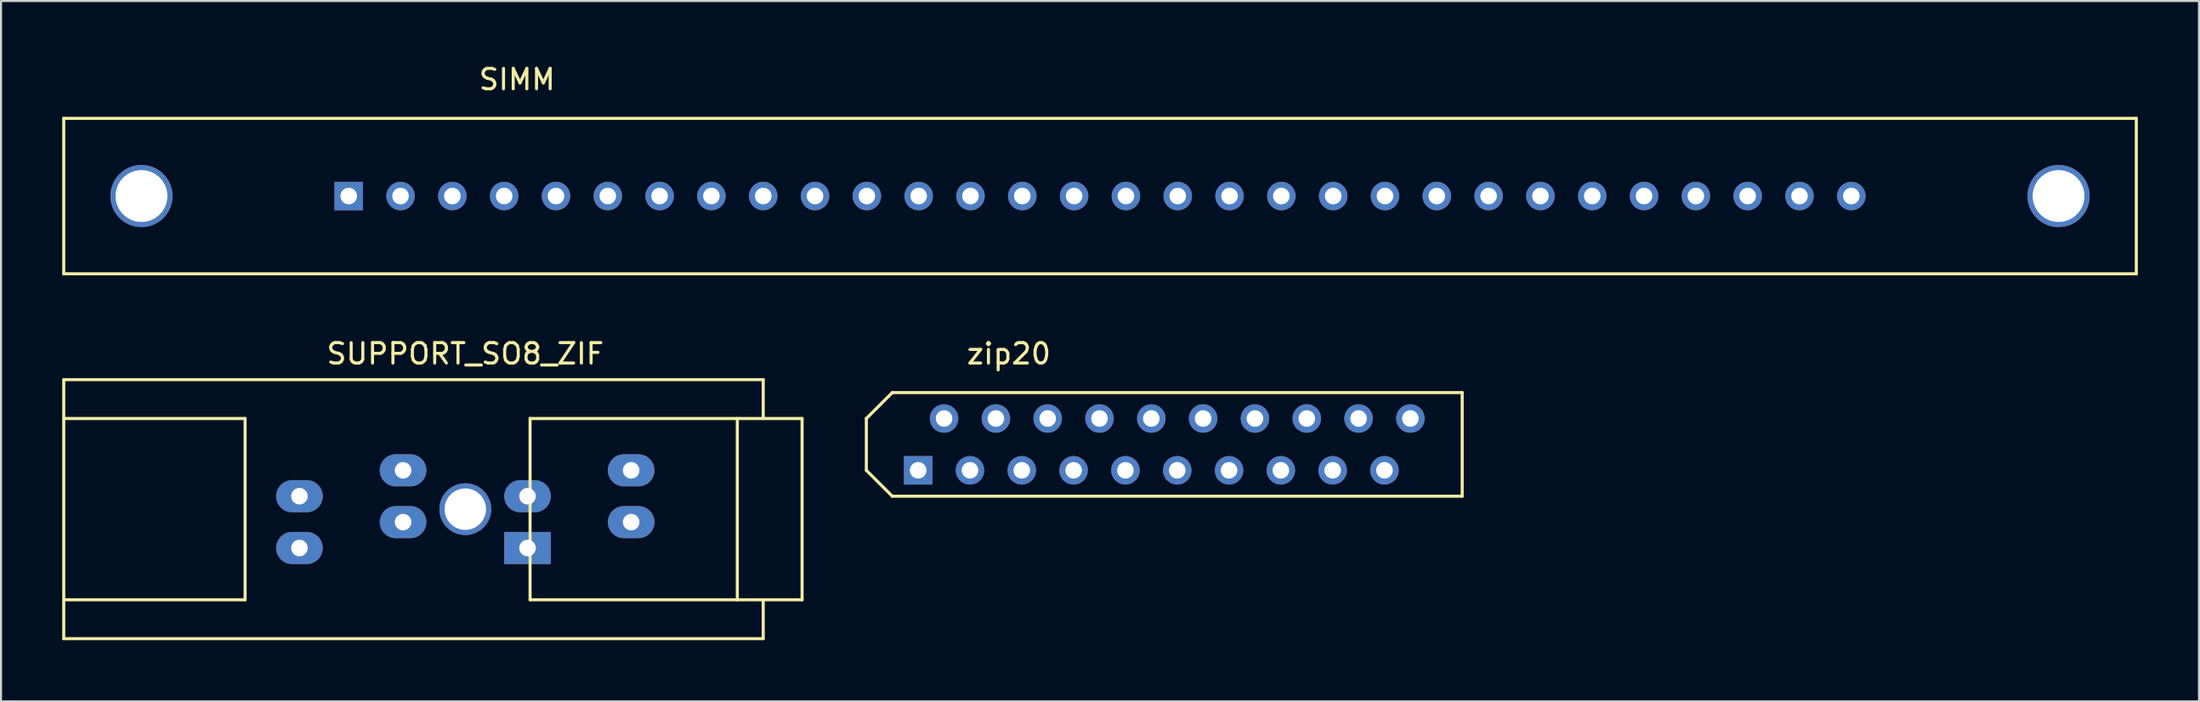
<source format=kicad_pcb>
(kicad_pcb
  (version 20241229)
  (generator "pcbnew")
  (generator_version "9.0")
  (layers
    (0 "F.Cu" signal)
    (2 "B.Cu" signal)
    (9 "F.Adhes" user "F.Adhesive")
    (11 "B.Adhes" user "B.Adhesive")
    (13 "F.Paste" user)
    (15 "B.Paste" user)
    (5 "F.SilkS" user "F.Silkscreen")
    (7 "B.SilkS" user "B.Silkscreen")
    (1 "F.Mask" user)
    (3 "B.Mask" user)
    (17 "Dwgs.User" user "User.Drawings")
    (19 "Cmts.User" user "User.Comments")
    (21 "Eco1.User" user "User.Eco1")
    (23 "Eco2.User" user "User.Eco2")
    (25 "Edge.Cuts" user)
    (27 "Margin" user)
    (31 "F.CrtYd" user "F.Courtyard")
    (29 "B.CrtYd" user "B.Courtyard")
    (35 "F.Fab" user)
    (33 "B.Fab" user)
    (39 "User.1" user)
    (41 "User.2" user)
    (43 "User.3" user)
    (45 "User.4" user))
  (footprint "zip20"
    (layer "F.Cu")
    (at 55.93 18.741)
    (property "Reference" "zip20" (at -9.525 -4.445 0) (layer "F.SilkS") (effects (font (size 1 1) (thickness 0.15))))
    (attr through_hole)
    (fp_line (start -16.51 -1.27) (end -15.24 -2.54) (stroke (width 0.15) (type solid)) (layer "F.SilkS"))
    (fp_line (start -16.51 1.27) (end -16.51 -1.27) (stroke (width 0.15) (type solid)) (layer "F.SilkS"))
    (fp_line (start -15.24 -2.54) (end 12.7 -2.54) (stroke (width 0.15) (type solid)) (layer "F.SilkS"))
    (fp_line (start -15.24 2.54) (end -16.51 1.27) (stroke (width 0.15) (type solid)) (layer "F.SilkS"))
    (fp_line (start 12.7 -2.54) (end 12.7 2.54) (stroke (width 0.15) (type solid)) (layer "F.SilkS"))
    (fp_line (start 12.7 2.54) (end -15.24 2.54) (stroke (width 0.15) (type solid)) (layer "F.SilkS"))
    (pad "1" thru_hole rect (at -13.97 1.27) (size 1.397 1.397) (drill 0.813) (layers "*.Cu" "*.Mask"))
    (pad "2" thru_hole circle (at -12.7 -1.27) (size 1.397 1.397) (drill 0.813) (layers "*.Cu" "*.Mask"))
    (pad "3" thru_hole circle (at -11.43 1.27) (size 1.397 1.397) (drill 0.813) (layers "*.Cu" "*.Mask"))
    (pad "4" thru_hole circle (at -10.16 -1.27) (size 1.397 1.397) (drill 0.813) (layers "*.Cu" "*.Mask"))
    (pad "5" thru_hole circle (at -8.89 1.27) (size 1.397 1.397) (drill 0.813) (layers "*.Cu" "*.Mask"))
    (pad "6" thru_hole circle (at -7.62 -1.27) (size 1.397 1.397) (drill 0.813) (layers "*.Cu" "*.Mask"))
    (pad "7" thru_hole circle (at -6.35 1.27) (size 1.397 1.397) (drill 0.813) (layers "*.Cu" "*.Mask"))
    (pad "8" thru_hole circle (at -5.08 -1.27) (size 1.397 1.397) (drill 0.813) (layers "*.Cu" "*.Mask"))
    (pad "9" thru_hole circle (at -3.81 1.27) (size 1.397 1.397) (drill 0.813) (layers "*.Cu" "*.Mask"))
    (pad "10" thru_hole circle (at -2.54 -1.27) (size 1.397 1.397) (drill 0.813) (layers "*.Cu" "*.Mask"))
    (pad "11" thru_hole circle (at -1.27 1.27) (size 1.397 1.397) (drill 0.813) (layers "*.Cu" "*.Mask"))
    (pad "12" thru_hole circle (at 0 -1.27) (size 1.397 1.397) (drill 0.813) (layers "*.Cu" "*.Mask"))
    (pad "13" thru_hole circle (at 1.27 1.27) (size 1.397 1.397) (drill 0.813) (layers "*.Cu" "*.Mask"))
    (pad "14" thru_hole circle (at 2.54 -1.27) (size 1.397 1.397) (drill 0.813) (layers "*.Cu" "*.Mask"))
    (pad "15" thru_hole circle (at 3.81 1.27) (size 1.397 1.397) (drill 0.813) (layers "*.Cu" "*.Mask"))
    (pad "16" thru_hole circle (at 5.08 -1.27) (size 1.397 1.397) (drill 0.813) (layers "*.Cu" "*.Mask"))
    (pad "17" thru_hole circle (at 6.35 1.27) (size 1.397 1.397) (drill 0.813) (layers "*.Cu" "*.Mask"))
    (pad "18" thru_hole circle (at 7.62 -1.27) (size 1.397 1.397) (drill 0.813) (layers "*.Cu" "*.Mask"))
    (pad "19" thru_hole circle (at 8.89 1.27) (size 1.397 1.397) (drill 0.813) (layers "*.Cu" "*.Mask"))
    (pad "20" thru_hole circle (at 10.16 -1.27) (size 1.397 1.397) (drill 0.813) (layers "*.Cu" "*.Mask")))
  (footprint "SUPPORT_SO8_ZIF"
    (layer "F.Cu")
    (at 19.76 21.916)
    (property "Reference" "SUPPORT_SO8_ZIF" (at 0 -7.62 0) (layer "F.SilkS") (effects (font (size 1 1) (thickness 0.15))))
    (attr through_hole)
    (fp_line (start -19.685 -6.35) (end -19.685 6.35) (stroke (width 0.15) (type solid)) (layer "F.SilkS"))
    (fp_line (start -19.685 -6.35) (end 14.605 -6.35) (stroke (width 0.15) (type solid)) (layer "F.SilkS"))
    (fp_line (start -19.685 4.445) (end -10.795 4.445) (stroke (width 0.15) (type solid)) (layer "F.SilkS"))
    (fp_line (start -10.795 -4.445) (end -19.685 -4.445) (stroke (width 0.15) (type solid)) (layer "F.SilkS"))
    (fp_line (start -10.795 4.445) (end -10.795 -4.445) (stroke (width 0.15) (type solid)) (layer "F.SilkS"))
    (fp_line (start 3.175 -4.445) (end 3.175 4.445) (stroke (width 0.15) (type solid)) (layer "F.SilkS"))
    (fp_line (start 3.175 4.445) (end 16.51 4.445) (stroke (width 0.15) (type solid)) (layer "F.SilkS"))
    (fp_line (start 13.335 4.445) (end 13.335 -4.445) (stroke (width 0.15) (type solid)) (layer "F.SilkS"))
    (fp_line (start 14.605 -6.35) (end 14.605 -4.445) (stroke (width 0.15) (type solid)) (layer "F.SilkS"))
    (fp_line (start 14.605 6.35) (end -19.685 6.35) (stroke (width 0.15) (type solid)) (layer "F.SilkS"))
    (fp_line (start 14.605 6.35) (end 14.605 4.445) (stroke (width 0.15) (type solid)) (layer "F.SilkS"))
    (fp_line (start 16.51 -4.445) (end 3.175 -4.445) (stroke (width 0.15) (type solid)) (layer "F.SilkS"))
    (fp_line (start 16.51 4.445) (end 16.51 -4.445) (stroke (width 0.15) (type solid)) (layer "F.SilkS"))
    (pad "" thru_hole circle (at 0 0) (size 2.54 2.54) (drill 2.032) (layers "*.Cu"))
    (pad "1" thru_hole oval (at -3.051 -1.905) (size 2.286 1.575) (drill 0.813) (layers "*.Cu" "*.Mask"))
    (pad "2" thru_hole oval (at -8.131 -0.635) (size 2.286 1.575) (drill 0.813) (layers "*.Cu" "*.Mask"))
    (pad "3" thru_hole oval (at -3.051 0.635) (size 2.286 1.575) (drill 0.813) (layers "*.Cu" "*.Mask"))
    (pad "4" thru_hole oval (at -8.131 1.905) (size 2.286 1.575) (drill 0.813) (layers "*.Cu" "*.Mask"))
    (pad "5" thru_hole rect (at 3.051 1.905) (size 2.286 1.575) (drill 0.813) (layers "*.Cu" "*.Mask"))
    (pad "6" thru_hole oval (at 8.131 0.635) (size 2.286 1.575) (drill 0.813) (layers "*.Cu" "*.Mask"))
    (pad "7" thru_hole oval (at 3.051 -0.635) (size 2.286 1.575) (drill 0.813) (layers "*.Cu" "*.Mask"))
    (pad "8" thru_hole oval (at 8.131 -1.905) (size 2.286 1.575) (drill 0.813) (layers "*.Cu" "*.Mask")))
  (footprint "SIMM"
    (layer "F.Cu")
    (at 50.875 6.563)
    (property "Reference" "SIMM" (at -28.575 -5.715 0) (layer "F.SilkS") (effects (font (size 1 1) (thickness 0.15))))
    (attr through_hole)
    (fp_line (start -50.8 -3.81) (end 50.8 -3.81) (stroke (width 0.15) (type solid)) (layer "F.SilkS"))
    (fp_line (start -50.8 3.81) (end -50.8 -3.81) (stroke (width 0.15) (type solid)) (layer "F.SilkS"))
    (fp_line (start 50.8 -3.81) (end 50.8 3.81) (stroke (width 0.15) (type solid)) (layer "F.SilkS"))
    (fp_line (start 50.8 3.81) (end -50.8 3.81) (stroke (width 0.15) (type solid)) (layer "F.SilkS"))
    (pad "1" thru_hole rect (at -36.83 0) (size 1.397 1.397) (drill 0.813) (layers "*.Cu" "*.Mask"))
    (pad "2" thru_hole circle (at -34.29 0) (size 1.397 1.397) (drill 0.813) (layers "*.Cu" "*.Mask"))
    (pad "3" thru_hole circle (at -31.75 0) (size 1.397 1.397) (drill 0.813) (layers "*.Cu" "*.Mask"))
    (pad "4" thru_hole circle (at -29.21 0) (size 1.397 1.397) (drill 0.813) (layers "*.Cu" "*.Mask"))
    (pad "5" thru_hole circle (at -26.67 0) (size 1.397 1.397) (drill 0.813) (layers "*.Cu" "*.Mask"))
    (pad "6" thru_hole circle (at -24.13 0) (size 1.397 1.397) (drill 0.813) (layers "*.Cu" "*.Mask"))
    (pad "7" thru_hole circle (at -21.59 0) (size 1.397 1.397) (drill 0.813) (layers "*.Cu" "*.Mask"))
    (pad "8" thru_hole circle (at -19.05 0) (size 1.397 1.397) (drill 0.813) (layers "*.Cu" "*.Mask"))
    (pad "9" thru_hole circle (at -16.51 0) (size 1.397 1.397) (drill 0.813) (layers "*.Cu" "*.Mask"))
    (pad "10" thru_hole circle (at -13.97 0) (size 1.397 1.397) (drill 0.813) (layers "*.Cu" "*.Mask"))
    (pad "11" thru_hole circle (at -11.43 0) (size 1.397 1.397) (drill 0.813) (layers "*.Cu" "*.Mask"))
    (pad "12" thru_hole circle (at -8.89 0) (size 1.397 1.397) (drill 0.813) (layers "*.Cu" "*.Mask"))
    (pad "13" thru_hole circle (at -6.35 0) (size 1.397 1.397) (drill 0.813) (layers "*.Cu" "*.Mask"))
    (pad "14" thru_hole circle (at -3.81 0) (size 1.397 1.397) (drill 0.813) (layers "*.Cu" "*.Mask"))
    (pad "15" thru_hole circle (at -1.27 0) (size 1.397 1.397) (drill 0.813) (layers "*.Cu" "*.Mask"))
    (pad "16" thru_hole circle (at 1.27 0) (size 1.397 1.397) (drill 0.813) (layers "*.Cu" "*.Mask"))
    (pad "17" thru_hole circle (at 3.81 0) (size 1.397 1.397) (drill 0.813) (layers "*.Cu" "*.Mask"))
    (pad "18" thru_hole circle (at 6.35 0) (size 1.397 1.397) (drill 0.813) (layers "*.Cu" "*.Mask"))
    (pad "19" thru_hole circle (at 8.89 0) (size 1.397 1.397) (drill 0.813) (layers "*.Cu" "*.Mask"))
    (pad "20" thru_hole circle (at 11.43 0) (size 1.397 1.397) (drill 0.813) (layers "*.Cu" "*.Mask"))
    (pad "21" thru_hole circle (at 13.97 0) (size 1.397 1.397) (drill 0.813) (layers "*.Cu" "*.Mask"))
    (pad "22" thru_hole circle (at 16.51 0) (size 1.397 1.397) (drill 0.813) (layers "*.Cu" "*.Mask"))
    (pad "23" thru_hole circle (at 19.05 0) (size 1.397 1.397) (drill 0.813) (layers "*.Cu" "*.Mask"))
    (pad "24" thru_hole circle (at 21.59 0) (size 1.397 1.397) (drill 0.813) (layers "*.Cu" "*.Mask"))
    (pad "25" thru_hole circle (at 24.13 0) (size 1.397 1.397) (drill 0.813) (layers "*.Cu" "*.Mask"))
    (pad "26" thru_hole circle (at 26.67 0) (size 1.397 1.397) (drill 0.813) (layers "*.Cu" "*.Mask"))
    (pad "27" thru_hole circle (at 29.21 0) (size 1.397 1.397) (drill 0.813) (layers "*.Cu" "*.Mask"))
    (pad "28" thru_hole circle (at 31.75 0) (size 1.397 1.397) (drill 0.813) (layers "*.Cu" "*.Mask"))
    (pad "29" thru_hole circle (at 34.29 0) (size 1.397 1.397) (drill 0.813) (layers "*.Cu" "*.Mask"))
    (pad "30" thru_hole circle (at 36.83 0) (size 1.397 1.397) (drill 0.813) (layers "*.Cu" "*.Mask"))
    (pad "31" thru_hole circle (at 46.99 0) (size 3.048 3.048) (drill 2.54) (layers "*.Cu" "*.Mask"))
    (pad "32" thru_hole circle (at -46.99 0) (size 3.048 3.048) (drill 2.54) (layers "*.Cu" "*.Mask")))
  (gr_rect
    (start -3 -3)
    (end 104.75 31.341)
    (stroke (width 0.1) (type default))
    (fill no)
    (layer "Edge.Cuts")))
</source>
